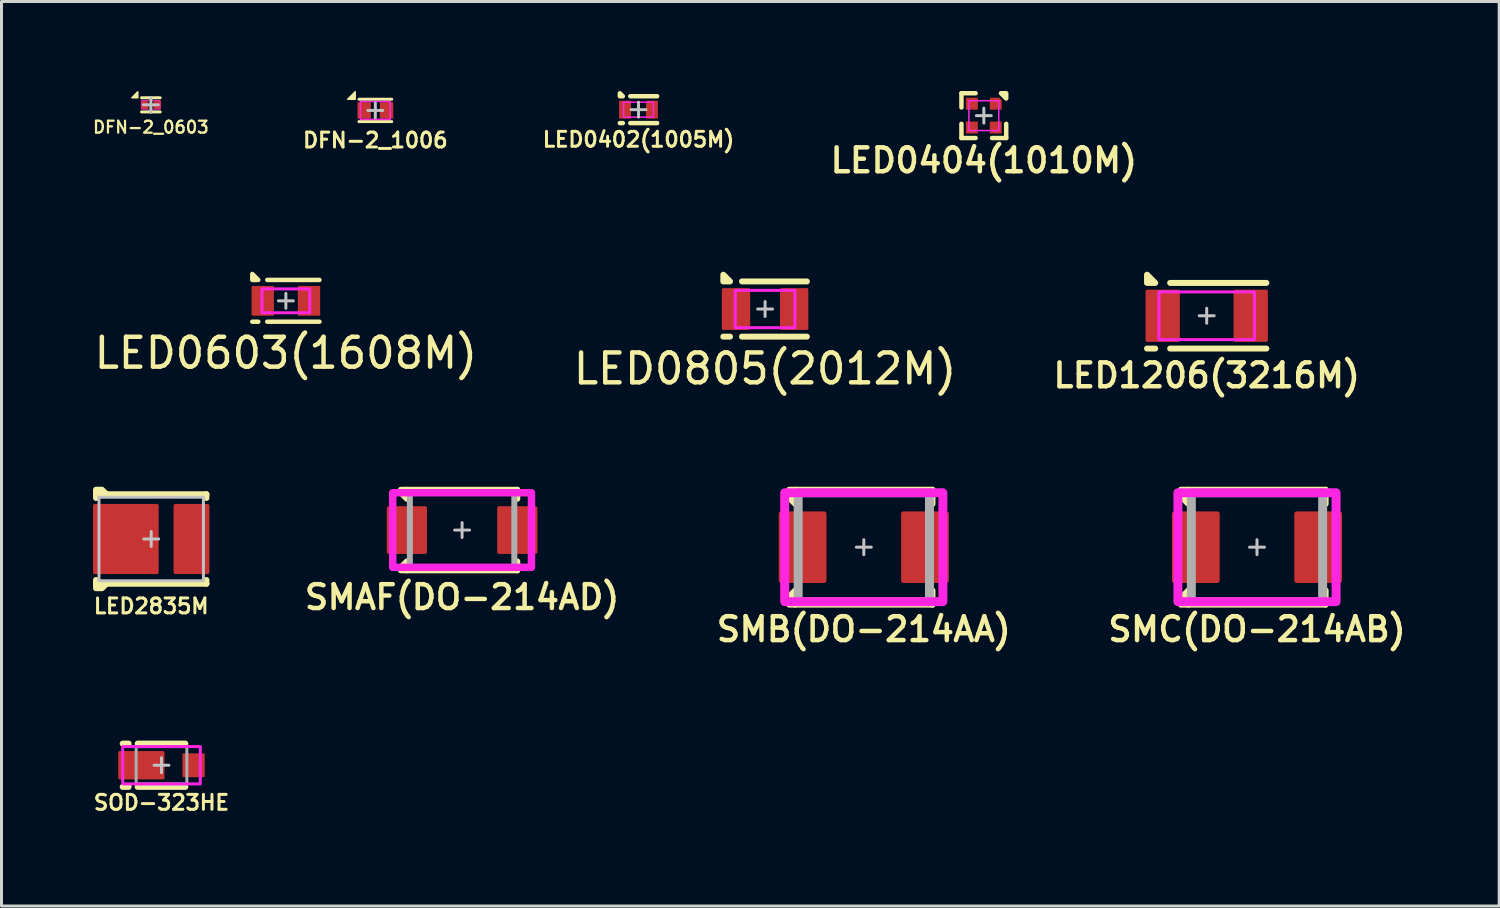
<source format=kicad_pcb>
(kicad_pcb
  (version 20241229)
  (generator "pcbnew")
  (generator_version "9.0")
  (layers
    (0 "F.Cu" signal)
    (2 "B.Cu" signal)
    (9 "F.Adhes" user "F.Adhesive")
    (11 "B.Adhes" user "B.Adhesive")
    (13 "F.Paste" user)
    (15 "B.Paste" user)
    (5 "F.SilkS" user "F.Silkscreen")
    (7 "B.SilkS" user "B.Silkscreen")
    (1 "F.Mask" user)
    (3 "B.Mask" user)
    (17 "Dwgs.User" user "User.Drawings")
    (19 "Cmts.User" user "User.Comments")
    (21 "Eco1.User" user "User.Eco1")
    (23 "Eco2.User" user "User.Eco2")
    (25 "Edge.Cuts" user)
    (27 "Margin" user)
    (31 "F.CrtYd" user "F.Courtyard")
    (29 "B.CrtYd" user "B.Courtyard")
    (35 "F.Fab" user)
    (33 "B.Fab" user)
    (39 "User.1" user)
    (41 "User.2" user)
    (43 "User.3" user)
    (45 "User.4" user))
  (footprint "SMAF(DO-214AD)"
    (layer "F.Cu")
    (at 12.435 14.713)
    (property "Reference" "SMAF(DO-214AD)" (at 0 2.25 0) (unlocked yes) (layer "F.SilkS") (effects (font (size 0.8 0.8) (thickness 0.15))))
    (attr smd)
    (fp_line (start 1.85 -1.35) (end -1.85 -1.35) (stroke (width 0.2) (type solid)) (layer "F.SilkS"))
    (fp_line (start 1.85 -1.05) (end 1.85 -1.35) (stroke (width 0.2) (type solid)) (layer "F.SilkS"))
    (fp_line (start 1.85 1.05) (end 1.85 1.35) (stroke (width 0.2) (type solid)) (layer "F.SilkS"))
    (fp_line (start 1.85 1.35) (end -1.85 1.35) (stroke (width 0.2) (type solid)) (layer "F.SilkS"))
    (fp_poly (pts (xy -1.85 -1.05) (xy -2.05 -1.25) (xy -2.05 -1.35) (xy -1.85 -1.35)) (stroke (width 0.2) (type solid)) (fill yes) (layer "F.SilkS"))
    (fp_poly (pts (xy -1.85 1.05) (xy -2.05 1.25) (xy -2.05 1.35) (xy -1.85 1.35)) (stroke (width 0.2) (type solid)) (fill yes) (layer "F.SilkS"))
    (fp_line (start -0.25 0) (end 0.25 0) (stroke (width 0.1) (type solid)) (layer "Dwgs.User"))
    (fp_line (start 0 -0.25) (end 0 0.25) (stroke (width 0.1) (type solid)) (layer "Dwgs.User"))
    (fp_rect (start -2.325 -1.25) (end 2.325 1.25) (stroke (width 0.25) (type solid)) (fill no) (layer "F.CrtYd"))
    (fp_rect (start -1.75 -1.25) (end 1.75 1.25) (stroke (width 0.2) (type solid)) (fill no) (layer "F.Fab"))
    (pad "1" smd roundrect (at -1.85 0 90) (size 1.6 1.35) (layers "F.Cu" "F.Mask" "F.Paste") (roundrect_rratio 0.05))
    (pad "2" smd roundrect (at 1.85 0 90) (size 1.6 1.35) (layers "F.Cu" "F.Mask" "F.Paste") (roundrect_rratio 0.05)))
  (footprint "LED1206(3216M)"
    (layer "F.Cu")
    (at 37.388 7.531)
    (property "Reference" "LED1206(3216M)" (at 0 2 0) (layer "F.SilkS") (effects (font (size 0.8 0.8) (thickness 0.15))))
    (attr smd)
    (fp_line (start -1.725 1.1) (end -2 1.1) (stroke (width 0.2) (type solid)) (layer "F.SilkS"))
    (fp_line (start -1.225 -1.1) (end 2 -1.1) (stroke (width 0.2) (type solid)) (layer "F.SilkS"))
    (fp_line (start -1.225 1.1) (end 2 1.1) (stroke (width 0.2) (type solid)) (layer "F.SilkS"))
    (fp_poly (pts (xy -1.725 -1.1) (xy -2 -1.1) (xy -2 -1.375)) (stroke (width 0.2) (type solid)) (fill yes) (layer "F.SilkS"))
    (fp_poly (pts (xy -1 -0.475) (xy -1.275 -0.475) (xy -1.275 0.475) (xy -1 0.475) (xy -1 0.775) (xy -1.95 0.775) (xy -1.95 -0.775) (xy -1 -0.775)) (stroke (width 0) (type solid)) (fill yes) (layer "F.Paste"))
    (fp_poly (pts (xy 1 0.475) (xy 1.275 0.475) (xy 1.275 -0.475) (xy 1 -0.475) (xy 1 -0.775) (xy 1.95 -0.775) (xy 1.95 0.775) (xy 1 0.775)) (stroke (width 0) (type solid)) (fill yes) (layer "F.Paste"))
    (fp_line (start -0.25 0) (end 0.25 0) (stroke (width 0.1) (type solid)) (layer "Dwgs.User"))
    (fp_line (start 0 -0.25) (end 0 0.25) (stroke (width 0.1) (type solid)) (layer "Dwgs.User"))
    (fp_rect (start -1.6 -0.8) (end 1.6 0.8) (stroke (width 0.1) (type solid)) (fill no) (layer "F.CrtYd"))
    (pad "1" smd roundrect (at -1.475 0 90) (size 1.75 1.15) (layers "F.Cu" "F.Mask") (roundrect_rratio 0.05))
    (pad "2" smd roundrect (at 1.475 0 90) (size 1.75 1.15) (layers "F.Cu" "F.Mask") (roundrect_rratio 0.05)))
  (footprint "SMC(DO-214AB)"
    (layer "F.Cu")
    (at 39.073 15.287)
    (property "Reference" "SMC(DO-214AB)" (at 0 2.75 0) (unlocked yes) (layer "F.SilkS") (effects (font (size 0.8 0.8) (thickness 0.15))))
    (attr smd)
    (fp_line (start -2.3 1.925) (end 2.3 1.925) (stroke (width 0.2) (type solid)) (layer "F.SilkS"))
    (fp_line (start 2.3 -1.925) (end -2.3 -1.925) (stroke (width 0.2) (type solid)) (layer "F.SilkS"))
    (fp_line (start 2.3 -1.45) (end 2.3 -1.925) (stroke (width 0.2) (type solid)) (layer "F.SilkS"))
    (fp_line (start 2.3 1.925) (end 2.3 1.45) (stroke (width 0.2) (type solid)) (layer "F.SilkS"))
    (fp_poly (pts (xy -2.3 -1.45) (xy -2.55 -1.7) (xy -2.55 -1.925) (xy -2.3 -1.925)) (stroke (width 0.2) (type solid)) (fill yes) (layer "F.SilkS"))
    (fp_poly (pts (xy -2.3 1.45) (xy -2.55 1.7) (xy -2.55 1.925) (xy -2.3 1.925)) (stroke (width 0.2) (type solid)) (fill yes) (layer "F.SilkS"))
    (fp_line (start -0.25 0) (end 0.25 0) (stroke (width 0.1) (type solid)) (layer "Dwgs.User"))
    (fp_line (start 0 -0.25) (end 0 0.25) (stroke (width 0.1) (type solid)) (layer "Dwgs.User"))
    (fp_rect (start -2.65 -1.825) (end 2.65 1.825) (stroke (width 0.3) (type solid)) (fill no) (layer "F.CrtYd"))
    (fp_rect (start -2.2 -1.825) (end 2.2 1.825) (stroke (width 0.3) (type solid)) (fill no) (layer "F.Fab"))
    (pad "1" smd roundrect (at -2.05 0 90) (size 2.4 1.6) (layers "F.Cu" "F.Mask") (roundrect_rratio 0.05))
    (pad "2" smd roundrect (at 2.05 0 90) (size 2.4 1.6) (layers "F.Cu" "F.Mask") (roundrect_rratio 0.05)))
  (footprint "LED0402(1005M)"
    (layer "F.Cu")
    (at 18.347 0.625)
    (property "Reference" "LED0402(1005M)" (at 0 1 0) (layer "F.SilkS") (effects (font (size 0.5 0.5) (thickness 0.1) (bold yes))))
    (attr smd)
    (fp_line (start -0.625 0.45) (end -0.525 0.45) (stroke (width 0.15) (type solid)) (layer "F.SilkS"))
    (fp_line (start -0.275 -0.45) (end 0.625 -0.45) (stroke (width 0.15) (type solid)) (layer "F.SilkS"))
    (fp_line (start -0.275 0.45) (end 0.625 0.45) (stroke (width 0.15) (type solid)) (layer "F.SilkS"))
    (fp_poly (pts (xy -0.525 -0.45) (xy -0.625 -0.45) (xy -0.625 -0.55)) (stroke (width 0.15) (type solid)) (fill yes) (layer "F.SilkS"))
    (fp_line (start -0.25 0) (end 0.25 0) (stroke (width 0.1) (type solid)) (layer "Dwgs.User"))
    (fp_line (start 0 -0.25) (end 0 0.25) (stroke (width 0.1) (type solid)) (layer "Dwgs.User"))
    (fp_rect (start -0.5 -0.25) (end 0.5 0.25) (stroke (width 0.05) (type solid)) (fill no) (layer "F.CrtYd"))
    (pad "1" smd roundrect (at -0.45 0 90) (size 0.6 0.4) (layers "F.Cu" "F.Mask" "F.Paste") (roundrect_rratio 0.05))
    (pad "2" smd roundrect (at 0.45 0 90) (size 0.6 0.4) (layers "F.Cu" "F.Mask" "F.Paste") (roundrect_rratio 0.05)))
  (footprint "LED0404(1010M)"
    (layer "F.Cu")
    (at 29.919 0.825)
    (property "Reference" "LED0404(1010M)" (at 0 1.5 0) (layer "F.SilkS") (effects (font (size 0.8 0.8) (thickness 0.15))))
    (attr smd)
    (fp_line (start -0.75 -0.75) (end -0.275 -0.75) (stroke (width 0.15) (type solid)) (layer "F.SilkS"))
    (fp_line (start -0.75 -0.275) (end -0.75 -0.75) (stroke (width 0.15) (type solid)) (layer "F.SilkS"))
    (fp_line (start -0.75 0.75) (end -0.75 0.275) (stroke (width 0.15) (type solid)) (layer "F.SilkS"))
    (fp_line (start -0.275 0.75) (end -0.75 0.75) (stroke (width 0.15) (type solid)) (layer "F.SilkS"))
    (fp_line (start 0.75 0.275) (end 0.75 0.75) (stroke (width 0.15) (type solid)) (layer "F.SilkS"))
    (fp_line (start 0.75 0.75) (end 0.275 0.75) (stroke (width 0.15) (type solid)) (layer "F.SilkS"))
    (fp_poly (pts (xy 0.75 -0.575) (xy 0.75 -0.75) (xy 0.575 -0.75)) (stroke (width 0.15) (type solid)) (fill yes) (layer "F.SilkS"))
    (fp_line (start -0.25 0) (end 0.25 0) (stroke (width 0.1) (type solid)) (layer "Dwgs.User"))
    (fp_line (start 0 -0.25) (end 0 0.25) (stroke (width 0.1) (type solid)) (layer "Dwgs.User"))
    (fp_rect (start -0.5 -0.5) (end 0.5 0.5) (stroke (width 0.05) (type solid)) (fill no) (layer "F.CrtYd"))
    (pad "1" smd roundrect (at 0.4 -0.4) (size 0.4 0.4) (layers "F.Cu" "F.Mask" "F.Paste") (roundrect_rratio 0.05) (chamfer_ratio 0.2) (chamfer top_right))
    (pad "2" smd roundrect (at 0.4 0.4) (size 0.4 0.4) (layers "F.Cu" "F.Mask" "F.Paste") (roundrect_rratio 0.05))
    (pad "3" smd roundrect (at -0.4 0.4) (size 0.4 0.4) (layers "F.Cu" "F.Mask" "F.Paste") (roundrect_rratio 0.05))
    (pad "4" smd roundrect (at -0.4 -0.4) (size 0.4 0.4) (layers "F.Cu" "F.Mask" "F.Paste") (roundrect_rratio 0.05)))
  (footprint "SMB(DO-214AA)"
    (layer "F.Cu")
    (at 25.897 15.287)
    (property "Reference" "SMB(DO-214AA)" (at 0 2.75 0) (unlocked yes) (layer "F.SilkS") (effects (font (size 0.8 0.8) (thickness 0.15))))
    (attr smd)
    (fp_line (start -2.3 1.925) (end 2.3 1.925) (stroke (width 0.2) (type solid)) (layer "F.SilkS"))
    (fp_line (start 2.3 -1.925) (end -2.3 -1.925) (stroke (width 0.2) (type solid)) (layer "F.SilkS"))
    (fp_line (start 2.3 -1.45) (end 2.3 -1.925) (stroke (width 0.2) (type solid)) (layer "F.SilkS"))
    (fp_line (start 2.3 1.925) (end 2.3 1.45) (stroke (width 0.2) (type solid)) (layer "F.SilkS"))
    (fp_poly (pts (xy -2.3 -1.45) (xy -2.5 -1.65) (xy -2.5 -1.925) (xy -2.3 -1.925)) (stroke (width 0.2) (type solid)) (fill yes) (layer "F.SilkS"))
    (fp_poly (pts (xy -2.3 1.45) (xy -2.5 1.65) (xy -2.5 1.925) (xy -2.3 1.925)) (stroke (width 0.2) (type solid)) (fill yes) (layer "F.SilkS"))
    (fp_line (start -0.25 0) (end 0.25 0) (stroke (width 0.1) (type solid)) (layer "Dwgs.User"))
    (fp_line (start 0 -0.25) (end 0 0.25) (stroke (width 0.1) (type solid)) (layer "Dwgs.User"))
    (fp_rect (start -2.65 -1.825) (end 2.65 1.825) (stroke (width 0.3) (type solid)) (fill no) (layer "F.CrtYd"))
    (fp_rect (start -2.2 -1.825) (end 2.2 1.825) (stroke (width 0.3) (type solid)) (fill no) (layer "F.Fab"))
    (pad "1" smd roundrect (at -2.05 0 90) (size 2.4 1.6) (layers "F.Cu" "F.Mask" "F.Paste") (roundrect_rratio 0.05))
    (pad "2" smd roundrect (at 2.05 0 90) (size 2.4 1.6) (layers "F.Cu" "F.Mask" "F.Paste") (roundrect_rratio 0.05)))
  (footprint "DFN-2_0603"
    (layer "F.Cu")
    (at 2.006 0.463)
    (property "Reference" "DFN-2_0603" (at 0 0.75 0) (unlocked yes) (layer "F.SilkS") (effects (font (size 0.4 0.4) (thickness 0.075))))
    (attr smd)
    (fp_line (start -0.312 -0.237) (end 0.312 -0.237) (stroke (width 0.1) (type solid)) (layer "F.SilkS"))
    (fp_line (start -0.312 0.237) (end 0.312 0.237) (stroke (width 0.1) (type solid)) (layer "F.SilkS"))
    (fp_poly (pts (xy -0.438 -0.438) (xy -0.438 -0.237) (xy -0.637 -0.237)) (stroke (width 0.05) (type solid)) (fill yes) (layer "F.SilkS"))
    (fp_line (start -0.25 0) (end 0.25 0) (stroke (width 0.1) (type solid)) (layer "Dwgs.User"))
    (fp_line (start 0 -0.25) (end 0 0.25) (stroke (width 0.1) (type solid)) (layer "Dwgs.User"))
    (fp_rect (start -0.305 -0.145) (end 0.305 0.145) (stroke (width 0.025) (type solid)) (fill no) (layer "F.CrtYd"))
    (pad "1" smd roundrect (at -0.212 0 90) (size 0.3 0.25) (layers "F.Cu" "F.Mask" "F.Paste") (roundrect_rratio 0.05))
    (pad "2" smd roundrect (at 0.212 0 90) (size 0.3 0.25) (layers "F.Cu" "F.Mask" "F.Paste") (roundrect_rratio 0.05)))
  (footprint "LED0805(2012M)"
    (layer "F.Cu")
    (at 22.589 7.306)
    (property "Reference" "LED0805(2012M)" (at 0 2 0) (layer "F.SilkS") (effects (font (size 1 1) (thickness 0.15))))
    (attr smd)
    (fp_line (start -1.4 0.925) (end -1.175 0.925) (stroke (width 0.2) (type solid)) (layer "F.SilkS"))
    (fp_line (start -0.775 -0.925) (end 1.4 -0.925) (stroke (width 0.2) (type solid)) (layer "F.SilkS"))
    (fp_line (start -0.775 0.925) (end 1.4 0.925) (stroke (width 0.2) (type solid)) (layer "F.SilkS"))
    (fp_poly (pts (xy -1.175 -0.925) (xy -1.4 -0.925) (xy -1.4 -1.15)) (stroke (width 0.2) (type solid)) (fill yes) (layer "F.SilkS"))
    (fp_poly (pts (xy -0.575 -0.375) (xy -0.8 -0.375) (xy -0.8 0.375) (xy -0.575 0.375) (xy -0.575 0.625) (xy -1.375 0.625) (xy -1.375 -0.625) (xy -0.575 -0.625)) (stroke (width 0) (type solid)) (fill yes) (layer "F.Paste"))
    (fp_poly (pts (xy 0.575 0.375) (xy 0.8 0.375) (xy 0.8 -0.375) (xy 0.575 -0.375) (xy 0.575 -0.625) (xy 1.375 -0.625) (xy 1.375 0.625) (xy 0.575 0.625)) (stroke (width 0) (type solid)) (fill yes) (layer "F.Paste"))
    (fp_line (start -0.25 0) (end 0.25 0) (stroke (width 0.1) (type solid)) (layer "Dwgs.User"))
    (fp_line (start 0 -0.25) (end 0 0.25) (stroke (width 0.1) (type solid)) (layer "Dwgs.User"))
    (fp_rect (start -1 -0.625) (end 1 0.625) (stroke (width 0.1) (type solid)) (fill no) (layer "F.CrtYd"))
    (pad "1" smd roundrect (at -0.975 0 90) (size 1.4 0.95) (layers "F.Cu" "F.Mask") (roundrect_rratio 0.05))
    (pad "2" smd roundrect (at 0.975 0 90) (size 1.4 0.95) (layers "F.Cu" "F.Mask") (roundrect_rratio 0.05)))
  (footprint "LED2835M"
    (layer "F.Cu")
    (at 2.017 15.012)
    (property "Reference" "LED2835M" (at 0 2.25 0) (unlocked yes) (layer "F.SilkS") (effects (font (size 0.5 0.5) (thickness 0.1))))
    (attr smd)
    (fp_line (start -1.85 -1.5) (end -1.85 -1.375) (stroke (width 0.2) (type default)) (layer "F.SilkS"))
    (fp_line (start -1.85 1.5) (end -1.85 1.375) (stroke (width 0.2) (type default)) (layer "F.SilkS"))
    (fp_line (start -1.85 -1.5) (end 1.85 -1.5) (stroke (width 0.2) (type default)) (layer "F.SilkS"))
    (fp_line (start -1.85 1.5) (end 1.85 1.5) (stroke (width 0.2) (type default)) (layer "F.SilkS"))
    (fp_line (start 1.85 -1.5) (end 1.85 -1.375) (stroke (width 0.2) (type default)) (layer "F.SilkS"))
    (fp_line (start 1.85 1.5) (end 1.85 1.375) (stroke (width 0.2) (type default)) (layer "F.SilkS"))
    (fp_poly (pts (xy -1.85 -1.65) (xy -1.65 -1.65) (xy -1.5 -1.5) (xy -1.85 -1.5)) (stroke (width 0.2) (type solid)) (fill yes) (layer "F.SilkS"))
    (fp_poly (pts (xy -1.85 1.65) (xy -1.65 1.65) (xy -1.5 1.5) (xy -1.85 1.5)) (stroke (width 0.2) (type solid)) (fill yes) (layer "F.SilkS"))
    (fp_rect (start -1.85 -1.075) (end -0.95 -0.1) (stroke (width 0) (type solid)) (fill yes) (layer "F.Paste"))
    (fp_rect (start -1.85 0.1) (end -0.95 1.075) (stroke (width 0) (type solid)) (fill yes) (layer "F.Paste"))
    (fp_rect (start -0.75 -1.075) (end 0.15 -0.1) (stroke (width 0) (type solid)) (fill yes) (layer "F.Paste"))
    (fp_rect (start -0.75 0.1) (end 0.15 1.075) (stroke (width 0) (type solid)) (fill yes) (layer "F.Paste"))
    (fp_rect (start 0.85 -1.075) (end 1.85 -0.1) (stroke (width 0) (type solid)) (fill yes) (layer "F.Paste"))
    (fp_rect (start 0.85 0.1) (end 1.85 1.075) (stroke (width 0) (type solid)) (fill yes) (layer "F.Paste"))
    (fp_line (start -0.25 0) (end 0.25 0) (stroke (width 0.1) (type default)) (layer "Dwgs.User"))
    (fp_line (start 0 -0.25) (end 0 0.25) (stroke (width 0.1) (type default)) (layer "Dwgs.User"))
    (fp_rect (start -1.75 -1.4) (end 1.75 1.4) (stroke (width 0.1) (type default)) (fill no) (layer "Dwgs.User"))
    (pad "1" smd roundrect (at -0.85 0 90) (size 2.35 2.2) (layers "F.Cu" "F.Mask") (roundrect_rratio 0.028))
    (pad "2" smd roundrect (at 1.35 0 90) (size 2.35 1.2) (layers "F.Cu" "F.Mask") (roundrect_rratio 0.05)))
  (footprint "SOD-323HE"
    (layer "F.Cu")
    (at 2.362 22.594)
    (property "Reference" "SOD-323HE" (at 0 1.25 0) (unlocked yes) (layer "F.SilkS") (effects (font (size 0.5 0.5) (thickness 0.1) (bold yes))))
    (attr smd)
    (fp_line (start -1.1 -0.725) (end -1.3 -0.725) (stroke (width 0.2) (type solid)) (layer "F.SilkS"))
    (fp_line (start -1.1 0.725) (end -1.3 0.725) (stroke (width 0.2) (type solid)) (layer "F.SilkS"))
    (fp_line (start -0.8 -0.725) (end 0.8 -0.725) (stroke (width 0.2) (type solid)) (layer "F.SilkS"))
    (fp_line (start -0.8 0.725) (end 0.8 0.725) (stroke (width 0.2) (type solid)) (layer "F.SilkS"))
    (fp_line (start -0.25 0) (end 0.25 0) (stroke (width 0.1) (type solid)) (layer "Dwgs.User"))
    (fp_line (start 0 -0.25) (end 0 0.25) (stroke (width 0.1) (type solid)) (layer "Dwgs.User"))
    (fp_rect (start -1.3 -0.625) (end 1.3 0.625) (stroke (width 0.1) (type solid)) (fill no) (layer "F.CrtYd"))
    (fp_rect (start -0.85 -0.625) (end 0.85 0.625) (stroke (width 0.1) (type solid)) (fill no) (layer "F.Fab"))
    (pad "1" smd roundrect (at -0.675 0) (size 1.55 0.95) (layers "F.Cu" "F.Mask" "F.Paste") (roundrect_rratio 0.05))
    (pad "2" smd roundrect (at 1.075 0 90) (size 0.8 0.75) (layers "F.Cu" "F.Mask" "F.Paste") (roundrect_rratio 0.05)))
  (footprint "LED0603(1608M)"
    (layer "F.Cu")
    (at 6.53 7.031)
    (property "Reference" "LED0603(1608M)" (at 0 1.75 0) (unlocked yes) (layer "F.SilkS") (effects (font (size 1 1) (thickness 0.15))))
    (attr smd)
    (fp_line (start -1.125 0.7) (end -0.925 0.7) (stroke (width 0.15) (type solid)) (layer "F.SilkS"))
    (fp_line (start -0.625 -0.7) (end 1.125 -0.7) (stroke (width 0.15) (type solid)) (layer "F.SilkS"))
    (fp_line (start -0.625 0.7) (end 1.125 0.7) (stroke (width 0.15) (type solid)) (layer "F.SilkS"))
    (fp_poly (pts (xy -0.925 -0.7) (xy -1.125 -0.7) (xy -1.125 -0.9)) (stroke (width 0.15) (type solid)) (fill yes) (layer "F.SilkS"))
    (fp_poly (pts (xy -0.475 -0.2) (xy -0.6 -0.2) (xy -0.6 0.2) (xy -0.475 0.2) (xy -0.475 0.425) (xy -1.075 0.425) (xy -1.075 -0.425) (xy -0.475 -0.425)) (stroke (width 0) (type solid)) (fill yes) (layer "F.Paste"))
    (fp_poly (pts (xy 0.475 0.2) (xy 0.6 0.2) (xy 0.6 -0.2) (xy 0.475 -0.2) (xy 0.475 -0.425) (xy 1.075 -0.425) (xy 1.075 0.425) (xy 0.475 0.425)) (stroke (width 0) (type solid)) (fill yes) (layer "F.Paste"))
    (fp_line (start -0.25 0) (end 0.25 0) (stroke (width 0.1) (type solid)) (layer "Dwgs.User"))
    (fp_line (start 0 -0.25) (end 0 0.25) (stroke (width 0.1) (type solid)) (layer "Dwgs.User"))
    (fp_rect (start -0.8 -0.4) (end 0.8 0.4) (stroke (width 0.1) (type solid)) (fill no) (layer "F.CrtYd"))
    (pad "1" smd roundrect (at -0.775 0 90) (size 1 0.75) (layers "F.Cu" "F.Mask") (roundrect_rratio 0.05))
    (pad "2" smd roundrect (at 0.775 0 90) (size 1 0.75) (layers "F.Cu" "F.Mask") (roundrect_rratio 0.05)))
  (footprint "DFN-2_1006"
    (layer "F.Cu")
    (at 9.528 0.65)
    (property "Reference" "DFN-2_1006" (at 0 1 0) (unlocked yes) (layer "F.SilkS") (effects (font (size 0.5 0.5) (thickness 0.1))))
    (attr smd)
    (fp_line (start -0.55 -0.375) (end 0.55 -0.375) (stroke (width 0.1) (type solid)) (layer "F.SilkS"))
    (fp_line (start -0.55 0.375) (end 0.55 0.375) (stroke (width 0.1) (type solid)) (layer "F.SilkS"))
    (fp_poly (pts (xy -0.675 -0.625) (xy -0.675 -0.375) (xy -0.925 -0.375)) (stroke (width 0.05) (type solid)) (fill yes) (layer "F.SilkS"))
    (fp_line (start -0.25 0) (end 0.25 0) (stroke (width 0.1) (type solid)) (layer "Dwgs.User"))
    (fp_line (start 0 -0.25) (end 0 0.25) (stroke (width 0.1) (type solid)) (layer "Dwgs.User"))
    (fp_rect (start -0.5 -0.3) (end 0.5 0.3) (stroke (width 0.05) (type solid)) (fill no) (layer "F.CrtYd"))
    (pad "1" smd roundrect (at -0.375 0 90) (size 0.55 0.45) (layers "F.Cu" "F.Mask" "F.Paste") (roundrect_rratio 0.05))
    (pad "2" smd roundrect (at 0.375 0 90) (size 0.55 0.45) (layers "F.Cu" "F.Mask" "F.Paste") (roundrect_rratio 0.05)))
  (gr_rect
    (start -3 -3)
    (end 47.189 27.312)
    (stroke (width 0.1) (type default))
    (fill no)
    (layer "Edge.Cuts")))
</source>
